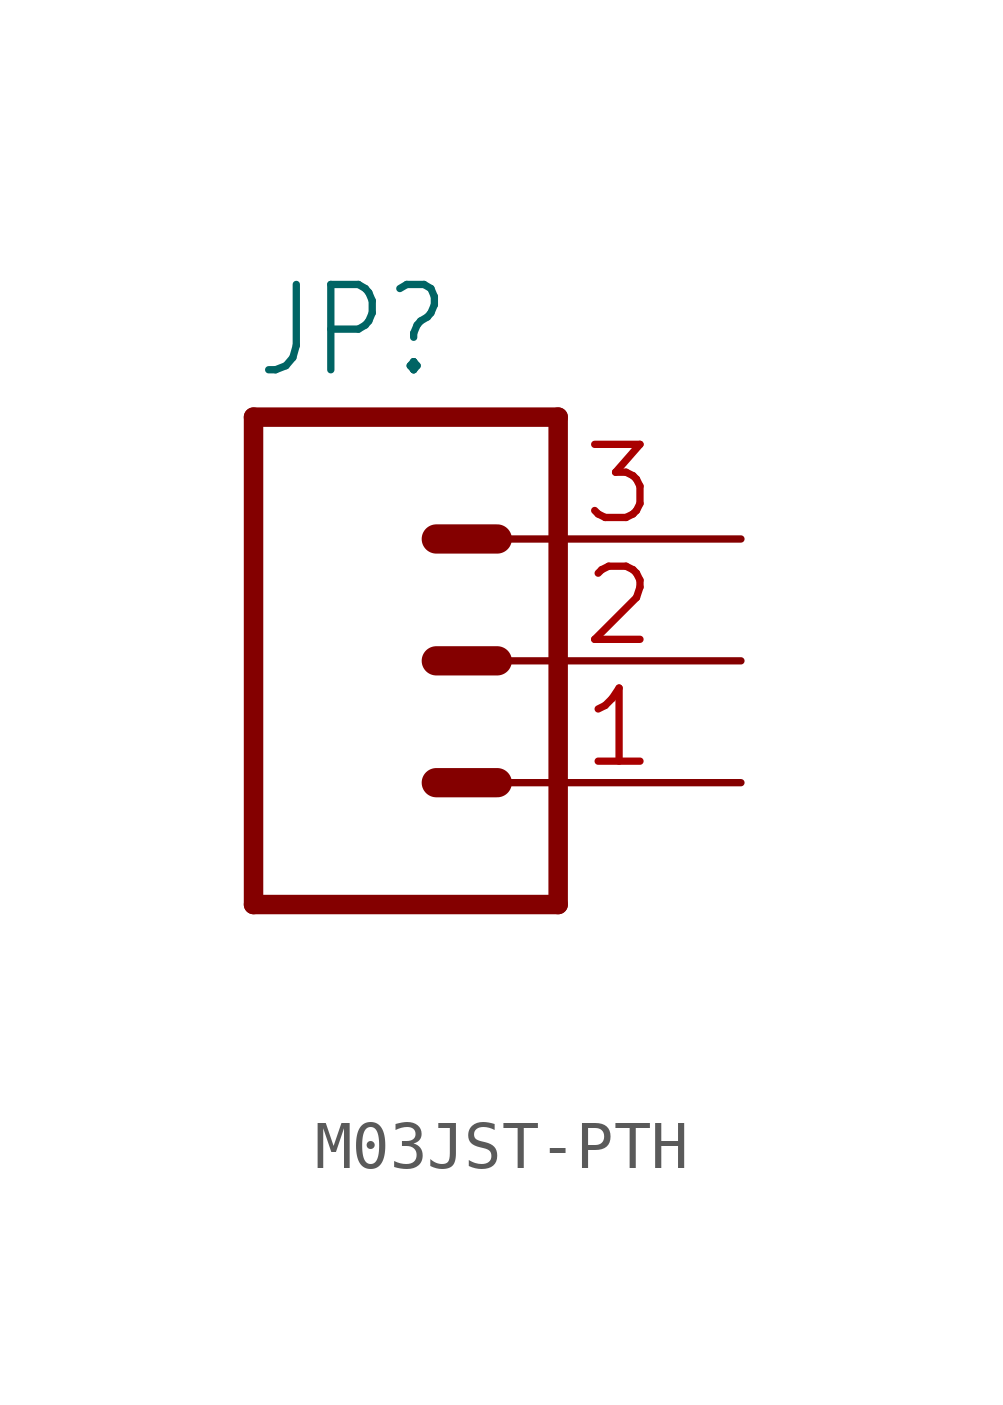
<source format=kicad_sym>
(kicad_symbol_lib
  (version 20241209)
  (generator "kicad_symbol_editor")
  (generator_version "9.0")
  (symbol "M03JST-PTH"
    (property "Reference" "JP"
      (at -2.54 5.842 0)
      (effects (font (size 1.778 1.511)) (justify left bottom)))
    (property "Value" ""
      (at -2.54 -7.62 0)
      (effects (font (size 1.778 1.511)) (justify left bottom)))
    (property "ki_locked" ""
      (at 0 0 0)
      (effects (font (size 1.27 1.27))))
    (symbol "M03JST-PTH_1_0"
      (polyline (pts (xy -2.54 5.08) (xy -2.54 -5.08)) (stroke (width 0.406) (type solid)) (fill (type none)))
      (polyline (pts (xy -2.54 5.08) (xy 3.81 5.08)) (stroke (width 0.406) (type solid)) (fill (type none)))
      (polyline (pts (xy 1.27 2.54) (xy 2.54 2.54)) (stroke (width 0.61) (type solid)) (fill (type none)))
      (polyline (pts (xy 1.27 0) (xy 2.54 0)) (stroke (width 0.61) (type solid)) (fill (type none)))
      (polyline (pts (xy 1.27 -2.54) (xy 2.54 -2.54)) (stroke (width 0.61) (type solid)) (fill (type none)))
      (polyline (pts (xy 3.81 -5.08) (xy -2.54 -5.08)) (stroke (width 0.406) (type solid)) (fill (type none)))
      (polyline (pts (xy 3.81 -5.08) (xy 3.81 5.08)) (stroke (width 0.406) (type solid)) (fill (type none)))
      (pin passive line (at 7.62 2.54 180) (length 5.08) (name "3" (effects (font (size 0 0)))) (number "3" (effects (font (size 1.524 1.524)))))
      (pin passive line (at 7.62 0 180) (length 5.08) (name "2" (effects (font (size 0 0)))) (number "2" (effects (font (size 1.524 1.524)))))
      (pin passive line (at 7.62 -2.54 180) (length 5.08) (name "1" (effects (font (size 0 0)))) (number "1" (effects (font (size 1.524 1.524))))))))
</source>
